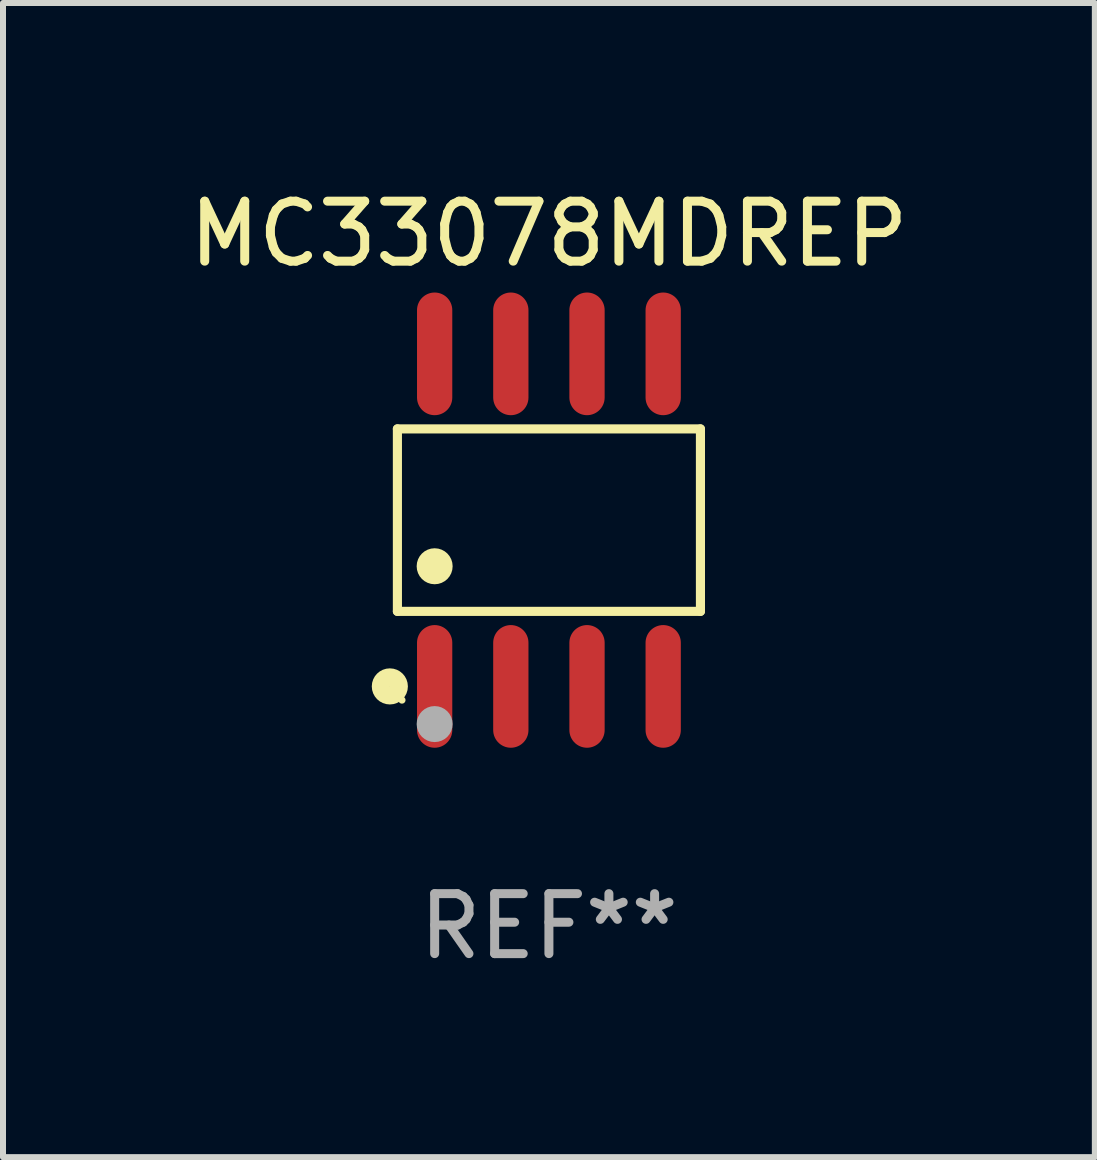
<source format=kicad_pcb>
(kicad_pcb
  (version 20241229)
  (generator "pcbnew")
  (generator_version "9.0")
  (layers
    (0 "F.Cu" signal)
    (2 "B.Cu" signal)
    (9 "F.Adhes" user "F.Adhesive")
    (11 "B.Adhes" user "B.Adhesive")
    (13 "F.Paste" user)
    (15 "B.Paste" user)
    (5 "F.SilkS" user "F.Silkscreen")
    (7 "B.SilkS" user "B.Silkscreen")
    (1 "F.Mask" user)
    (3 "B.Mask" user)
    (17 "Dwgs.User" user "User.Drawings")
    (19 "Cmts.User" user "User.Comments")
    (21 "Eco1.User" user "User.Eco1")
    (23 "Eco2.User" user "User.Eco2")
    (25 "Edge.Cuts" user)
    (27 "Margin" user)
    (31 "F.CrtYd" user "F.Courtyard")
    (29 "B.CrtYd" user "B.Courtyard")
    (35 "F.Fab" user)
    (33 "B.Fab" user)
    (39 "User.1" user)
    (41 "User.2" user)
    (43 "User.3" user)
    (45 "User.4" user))
  (footprint "MC33078MDREP"
    (layer "F.Cu")
    (at 6.101 5.621)
    (property "Reference" "MC33078MDREP" (at 0 -4.772 0) (layer "F.SilkS") (effects (font (size 1 1) (thickness 0.15))))
    (attr through_hole)
    (fp_line (start -2.526 -1.521) (end 2.526 -1.521) (stroke (width 0.152) (type solid)) (layer "F.SilkS"))
    (fp_line (start -2.526 1.521) (end -2.526 -1.521) (stroke (width 0.152) (type solid)) (layer "F.SilkS"))
    (fp_line (start 2.526 -1.521) (end 2.526 1.521) (stroke (width 0.152) (type solid)) (layer "F.SilkS"))
    (fp_line (start 2.526 1.521) (end -2.526 1.521) (stroke (width 0.152) (type solid)) (layer "F.SilkS"))
    (fp_circle (center -2.652 2.772) (end -2.501 2.772) (stroke (width 0.3) (type solid)) (fill no) (layer "F.SilkS"))
    (fp_circle (center -2.45 3) (end -2.42 3) (stroke (width 0.06) (type solid)) (fill no) (layer "F.SilkS"))
    (fp_circle (center -1.905 0.769) (end -1.755 0.769) (stroke (width 0.3) (type solid)) (fill no) (layer "F.SilkS"))
    (fp_circle (center -1.905 3.4) (end -1.755 3.4) (stroke (width 0.3) (type solid)) (fill no) (layer "F.Fab"))
    (fp_text user "REF**" (at 0 6.772 0) (layer "F.Fab") (effects (font (size 1 1) (thickness 0.15))))
    (pad "1" smd oval (at -1.905 2.772) (size 0.588 2.045) (layers "F.Cu" "F.Mask" "F.Paste"))
    (pad "2" smd oval (at -0.635 2.772) (size 0.588 2.045) (layers "F.Cu" "F.Mask" "F.Paste"))
    (pad "3" smd oval (at 0.635 2.772) (size 0.588 2.045) (layers "F.Cu" "F.Mask" "F.Paste"))
    (pad "4" smd oval (at 1.905 2.772) (size 0.588 2.045) (layers "F.Cu" "F.Mask" "F.Paste"))
    (pad "5" smd oval (at 1.905 -2.772) (size 0.588 2.045) (layers "F.Cu" "F.Mask" "F.Paste"))
    (pad "6" smd oval (at 0.635 -2.772) (size 0.588 2.045) (layers "F.Cu" "F.Mask" "F.Paste"))
    (pad "7" smd oval (at -0.635 -2.772) (size 0.588 2.045) (layers "F.Cu" "F.Mask" "F.Paste"))
    (pad "8" smd oval (at -1.905 -2.772) (size 0.588 2.045) (layers "F.Cu" "F.Mask" "F.Paste")))
  (gr_rect
    (start -3 -3)
    (end 15.202 16.241)
    (stroke (width 0.1) (type default))
    (fill no)
    (layer "Edge.Cuts")))
</source>
